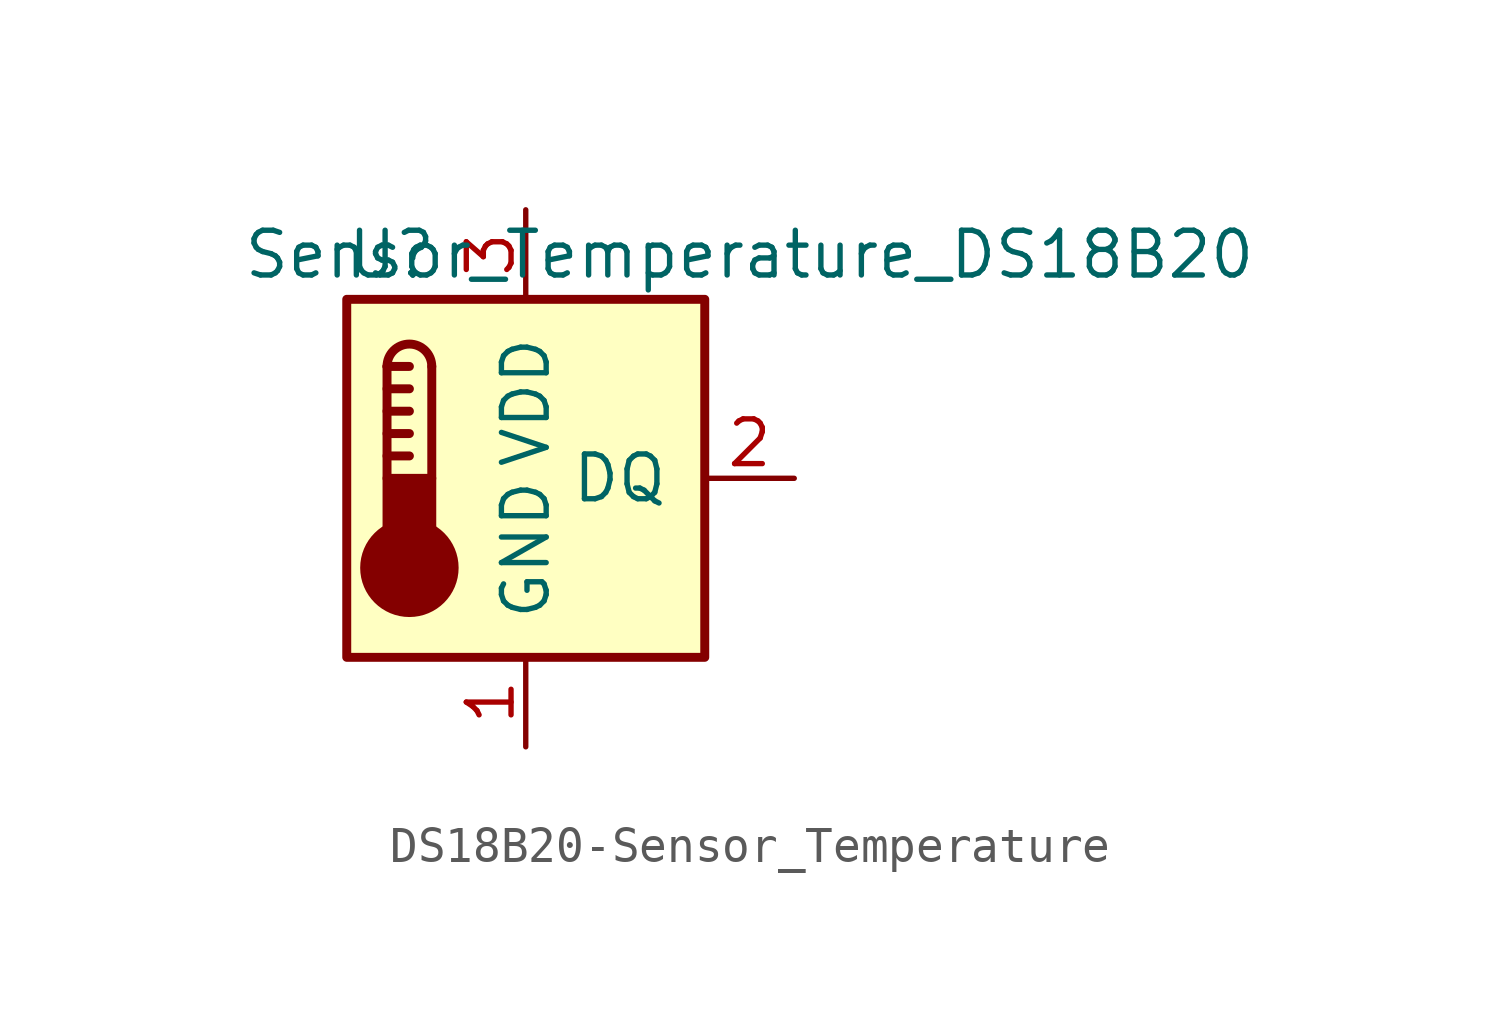
<source format=kicad_sym>
(kicad_symbol_lib
  (version 20220914)
  (generator kicad_symbol_editor)
  (symbol "DS18B20-Sensor_Temperature"
    (pin_names
      (offset 1.016))
    (property "Reference" "U"
      (at -3.81 6.35 0)
      (effects (font (size 1.27 1.27))))
    (property "Value" "Sensor_Temperature_DS18B20"
      (at 6.35 6.35 0)
      (effects (font (size 1.27 1.27))))
    (symbol "DS18B20-Sensor_Temperature_0_1"
      (rectangle (start -5.08 5.08) (end 5.08 -5.08) (stroke (width 0.254) (type solid)) (fill (type background)))
      (circle (center -3.302 -2.54) (radius 1.27) (stroke (width 0.254) (type solid)) (fill (type outline)))
      (rectangle (start -2.667 -1.905) (end -3.937 0) (stroke (width 0.254) (type solid)) (fill (type outline)))
      (arc (start -2.667 3.175) (mid -3.302 3.8073) (end -3.937 3.175) (stroke (width 0.254) (type solid)) (fill (type none)))
      (polyline (pts (xy -3.937 0.635) (xy -3.302 0.635)) (stroke (width 0.254) (type solid)) (fill (type none)))
      (polyline (pts (xy -3.937 1.27) (xy -3.302 1.27)) (stroke (width 0.254) (type solid)) (fill (type none)))
      (polyline (pts (xy -3.937 1.905) (xy -3.302 1.905)) (stroke (width 0.254) (type solid)) (fill (type none)))
      (polyline (pts (xy -3.937 2.54) (xy -3.302 2.54)) (stroke (width 0.254) (type solid)) (fill (type none)))
      (polyline (pts (xy -3.937 3.175) (xy -3.937 0)) (stroke (width 0.254) (type solid)) (fill (type none)))
      (polyline (pts (xy -3.937 3.175) (xy -3.302 3.175)) (stroke (width 0.254) (type solid)) (fill (type none)))
      (polyline (pts (xy -2.667 3.175) (xy -2.667 0)) (stroke (width 0.254) (type solid)) (fill (type none))))
    (symbol "DS18B20-Sensor_Temperature_1_1"
      (pin power_in line (at 0 -7.62 90) (length 2.54) (name "GND" (effects (font (size 1.27 1.27)))) (number "1" (effects (font (size 1.27 1.27)))))
      (pin bidirectional line (at 7.62 0 180) (length 2.54) (name "DQ" (effects (font (size 1.27 1.27)))) (number "2" (effects (font (size 1.27 1.27)))))
      (pin power_in line (at 0 7.62 270) (length 2.54) (name "VDD" (effects (font (size 1.27 1.27)))) (number "3" (effects (font (size 1.27 1.27))))))))
</source>
